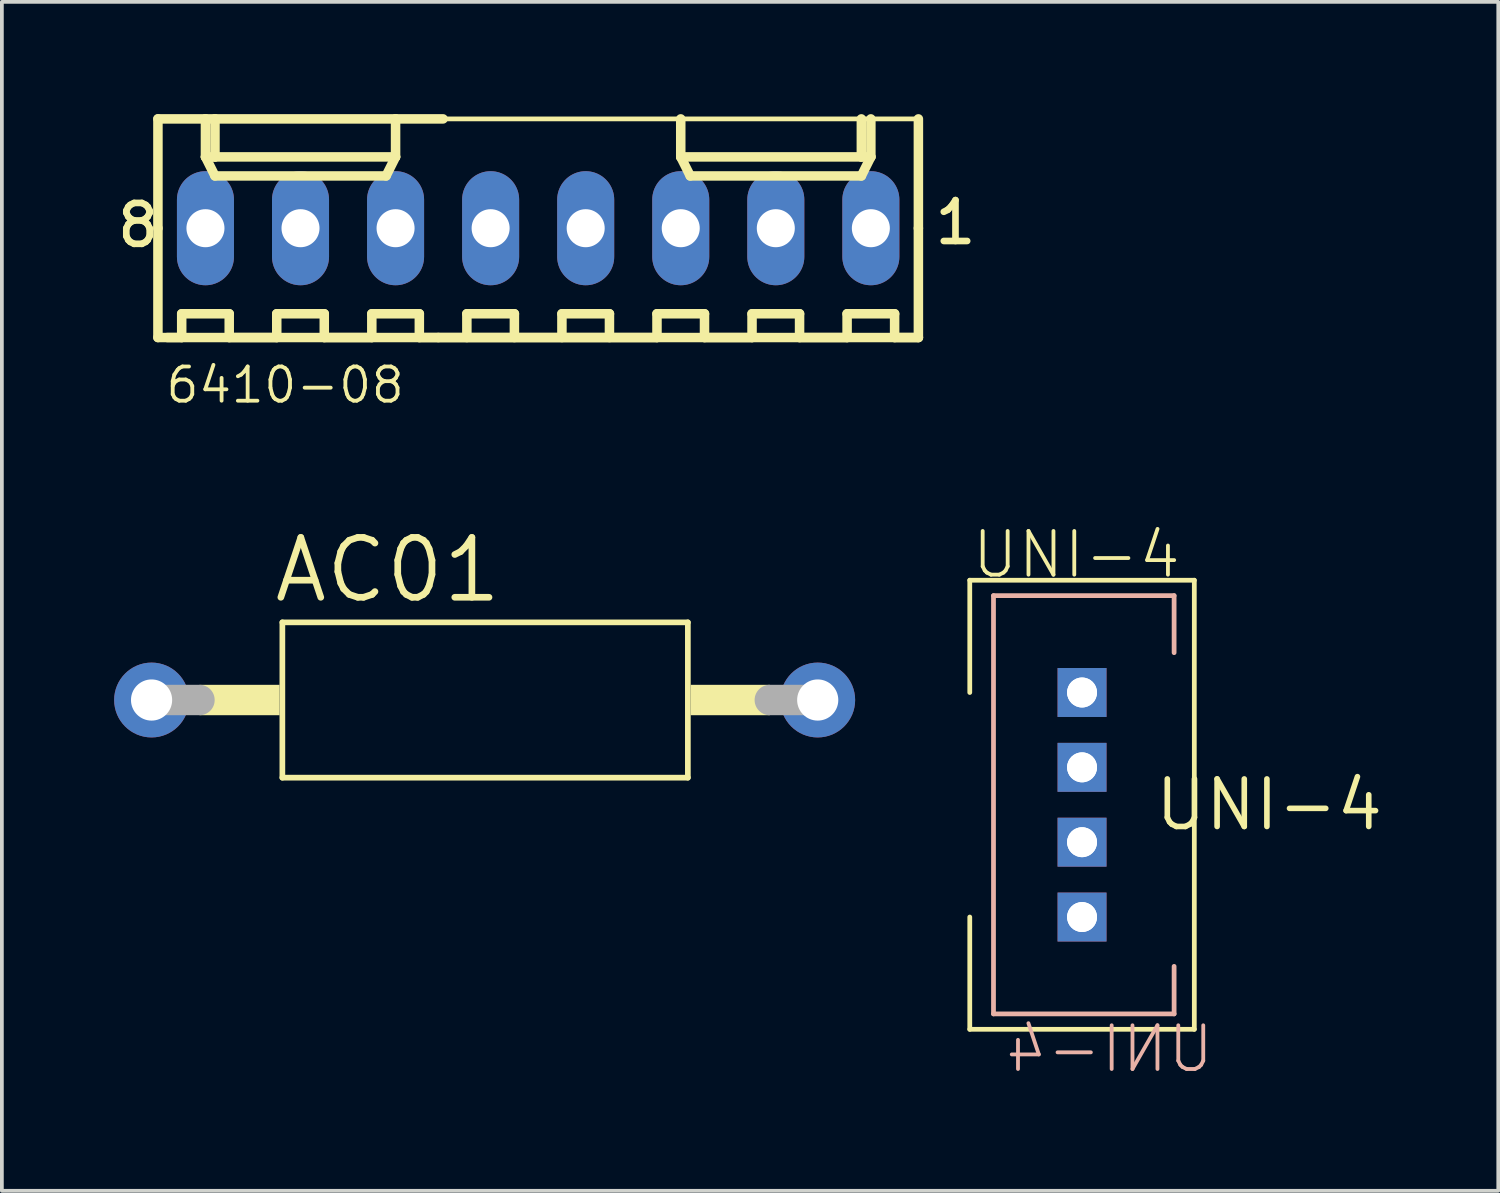
<source format=kicad_pcb>
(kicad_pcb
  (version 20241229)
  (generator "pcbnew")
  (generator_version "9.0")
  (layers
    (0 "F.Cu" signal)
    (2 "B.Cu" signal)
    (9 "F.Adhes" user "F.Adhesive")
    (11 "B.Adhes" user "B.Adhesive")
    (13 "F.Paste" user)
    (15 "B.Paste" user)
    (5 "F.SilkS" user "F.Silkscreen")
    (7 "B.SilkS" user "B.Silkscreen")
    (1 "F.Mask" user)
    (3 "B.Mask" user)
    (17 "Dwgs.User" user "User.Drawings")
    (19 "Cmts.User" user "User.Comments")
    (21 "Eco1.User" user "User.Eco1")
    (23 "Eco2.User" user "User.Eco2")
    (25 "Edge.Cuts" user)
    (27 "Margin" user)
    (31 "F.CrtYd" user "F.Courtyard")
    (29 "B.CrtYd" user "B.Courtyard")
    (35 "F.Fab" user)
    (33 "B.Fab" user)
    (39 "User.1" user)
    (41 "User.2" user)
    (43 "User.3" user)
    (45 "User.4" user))
  (footprint "AC01"
    (layer "F.Cu")
    (at 9.9 15.655)
    (property "Reference" "AC01" (at -5.715 -2.54 0) (layer "F.SilkS") (effects (font (size 1.6 1.6) (thickness 0.178)) (justify left bottom)))
    (fp_line (start -5.405 -2.075) (end -5.405 2.075) (stroke (width 0.152) (type solid)) (layer "F.SilkS"))
    (fp_line (start -5.405 2.075) (end 5.43 2.075) (stroke (width 0.152) (type solid)) (layer "F.SilkS"))
    (fp_line (start 5.43 -2.075) (end -5.405 -2.075) (stroke (width 0.152) (type solid)) (layer "F.SilkS"))
    (fp_line (start 5.43 2.075) (end 5.43 -2.075) (stroke (width 0.152) (type solid)) (layer "F.SilkS"))
    (fp_poly (pts (xy -7.62 0.406) (xy -5.48 0.406) (xy -5.48 -0.406) (xy -7.62 -0.406)) (stroke (width 0) (type default)) (fill yes) (layer "F.SilkS"))
    (fp_poly (pts (xy 5.505 0.406) (xy 7.62 0.406) (xy 7.62 -0.406) (xy 5.505 -0.406)) (stroke (width 0) (type default)) (fill yes) (layer "F.SilkS"))
    (fp_line (start -8.9 0) (end -7.62 0) (stroke (width 0.813) (type solid)) (layer "F.Fab"))
    (fp_line (start 7.62 0) (end 8.9 0) (stroke (width 0.813) (type solid)) (layer "F.Fab"))
    (pad "1" thru_hole circle (at -8.9 0) (size 2 2) (drill 1.1) (layers "*.Cu" "*.Mask"))
    (pad "2" thru_hole circle (at 8.9 0) (size 2 2) (drill 1.1) (layers "*.Cu" "*.Mask")))
  (footprint "6410-08"
    (layer "F.Cu")
    (at 11.33 3.048)
    (property "Reference" "6410-08" (at -10.006 4.726 0) (layer "F.SilkS") (effects (font (size 0.914 0.914) (thickness 0.102)) (justify left bottom)))
    (fp_line (start -10.16 -2.921) (end -8.89 -2.921) (stroke (width 0.254) (type solid)) (layer "F.SilkS"))
    (fp_line (start -10.16 0) (end -10.16 -2.921) (stroke (width 0.254) (type solid)) (layer "F.SilkS"))
    (fp_line (start -10.16 0) (end -10.16 2.921) (stroke (width 0.254) (type solid)) (layer "F.SilkS"))
    (fp_line (start -10.16 2.921) (end -2.667 2.921) (stroke (width 0.254) (type solid)) (layer "F.SilkS"))
    (fp_line (start -9.906 2.921) (end -9.525 2.921) (stroke (width 0.254) (type solid)) (layer "F.SilkS"))
    (fp_line (start -9.525 2.286) (end -8.255 2.286) (stroke (width 0.254) (type solid)) (layer "F.SilkS"))
    (fp_line (start -9.525 2.921) (end -9.525 2.286) (stroke (width 0.254) (type solid)) (layer "F.SilkS"))
    (fp_line (start -8.89 -2.921) (end -8.636 -2.921) (stroke (width 0.254) (type solid)) (layer "F.SilkS"))
    (fp_line (start -8.89 -2.54) (end -8.89 -2.921) (stroke (width 0.127) (type solid)) (layer "F.SilkS"))
    (fp_line (start -8.89 -1.905) (end -8.89 -2.921) (stroke (width 0.254) (type solid)) (layer "F.SilkS"))
    (fp_line (start -8.89 -1.905) (end -8.636 -1.905) (stroke (width 0.254) (type solid)) (layer "F.SilkS"))
    (fp_line (start -8.89 -1.905) (end -8.636 -1.397) (stroke (width 0.254) (type solid)) (layer "F.SilkS"))
    (fp_line (start -8.636 -2.921) (end -8.636 -1.905) (stroke (width 0.254) (type solid)) (layer "F.SilkS"))
    (fp_line (start -8.636 -2.921) (end -3.81 -2.921) (stroke (width 0.254) (type solid)) (layer "F.SilkS"))
    (fp_line (start -8.636 -1.905) (end -3.81 -1.905) (stroke (width 0.254) (type solid)) (layer "F.SilkS"))
    (fp_line (start -8.636 -1.397) (end -4.064 -1.397) (stroke (width 0.254) (type solid)) (layer "F.SilkS"))
    (fp_line (start -8.255 2.286) (end -8.255 2.921) (stroke (width 0.254) (type solid)) (layer "F.SilkS"))
    (fp_line (start -8.255 2.921) (end -6.985 2.921) (stroke (width 0.254) (type solid)) (layer "F.SilkS"))
    (fp_line (start -6.985 2.286) (end -5.715 2.286) (stroke (width 0.254) (type solid)) (layer "F.SilkS"))
    (fp_line (start -6.985 2.921) (end -6.985 2.286) (stroke (width 0.254) (type solid)) (layer "F.SilkS"))
    (fp_line (start -5.715 2.286) (end -5.715 2.921) (stroke (width 0.254) (type solid)) (layer "F.SilkS"))
    (fp_line (start -5.715 2.921) (end -4.445 2.921) (stroke (width 0.254) (type solid)) (layer "F.SilkS"))
    (fp_line (start -4.445 2.286) (end -3.175 2.286) (stroke (width 0.254) (type solid)) (layer "F.SilkS"))
    (fp_line (start -4.445 2.921) (end -4.445 2.286) (stroke (width 0.254) (type solid)) (layer "F.SilkS"))
    (fp_line (start -4.064 -1.397) (end -3.81 -1.905) (stroke (width 0.254) (type solid)) (layer "F.SilkS"))
    (fp_line (start -3.81 -2.921) (end -2.54 -2.921) (stroke (width 0.254) (type solid)) (layer "F.SilkS"))
    (fp_line (start -3.81 -1.905) (end -3.81 -2.921) (stroke (width 0.254) (type solid)) (layer "F.SilkS"))
    (fp_line (start -3.175 2.286) (end -3.175 2.921) (stroke (width 0.254) (type solid)) (layer "F.SilkS"))
    (fp_line (start -3.175 2.921) (end 3.175 2.921) (stroke (width 0.254) (type solid)) (layer "F.SilkS"))
    (fp_line (start -1.905 2.286) (end -0.635 2.286) (stroke (width 0.254) (type solid)) (layer "F.SilkS"))
    (fp_line (start -1.905 2.921) (end -1.905 2.286) (stroke (width 0.254) (type solid)) (layer "F.SilkS"))
    (fp_line (start -0.635 2.286) (end -0.635 2.921) (stroke (width 0.254) (type solid)) (layer "F.SilkS"))
    (fp_line (start 0.635 2.286) (end 1.905 2.286) (stroke (width 0.254) (type solid)) (layer "F.SilkS"))
    (fp_line (start 0.635 2.921) (end 0.635 2.286) (stroke (width 0.254) (type solid)) (layer "F.SilkS"))
    (fp_line (start 1.905 2.286) (end 1.905 2.921) (stroke (width 0.254) (type solid)) (layer "F.SilkS"))
    (fp_line (start 3.175 2.286) (end 4.445 2.286) (stroke (width 0.254) (type solid)) (layer "F.SilkS"))
    (fp_line (start 3.175 2.921) (end 3.175 2.286) (stroke (width 0.254) (type solid)) (layer "F.SilkS"))
    (fp_line (start 3.81 -1.905) (end 3.81 -2.921) (stroke (width 0.254) (type solid)) (layer "F.SilkS"))
    (fp_line (start 3.81 -1.905) (end 4.064 -1.397) (stroke (width 0.254) (type solid)) (layer "F.SilkS"))
    (fp_line (start 3.81 -1.905) (end 8.636 -1.905) (stroke (width 0.254) (type solid)) (layer "F.SilkS"))
    (fp_line (start 4.064 -1.397) (end 8.636 -1.397) (stroke (width 0.254) (type solid)) (layer "F.SilkS"))
    (fp_line (start 4.445 2.286) (end 4.445 2.921) (stroke (width 0.254) (type solid)) (layer "F.SilkS"))
    (fp_line (start 4.445 2.921) (end 5.715 2.921) (stroke (width 0.254) (type solid)) (layer "F.SilkS"))
    (fp_line (start 5.715 2.286) (end 6.985 2.286) (stroke (width 0.254) (type solid)) (layer "F.SilkS"))
    (fp_line (start 5.715 2.921) (end 5.715 2.286) (stroke (width 0.254) (type solid)) (layer "F.SilkS"))
    (fp_line (start 6.985 2.286) (end 6.985 2.921) (stroke (width 0.254) (type solid)) (layer "F.SilkS"))
    (fp_line (start 6.985 2.921) (end 8.255 2.921) (stroke (width 0.254) (type solid)) (layer "F.SilkS"))
    (fp_line (start 8.255 2.286) (end 9.525 2.286) (stroke (width 0.254) (type solid)) (layer "F.SilkS"))
    (fp_line (start 8.255 2.921) (end 8.255 2.286) (stroke (width 0.254) (type solid)) (layer "F.SilkS"))
    (fp_line (start 8.636 -2.921) (end 8.636 -1.905) (stroke (width 0.254) (type solid)) (layer "F.SilkS"))
    (fp_line (start 8.636 -1.905) (end 8.89 -1.905) (stroke (width 0.254) (type solid)) (layer "F.SilkS"))
    (fp_line (start 8.636 -1.397) (end 8.89 -1.905) (stroke (width 0.254) (type solid)) (layer "F.SilkS"))
    (fp_line (start 8.89 -1.905) (end 8.89 -2.921) (stroke (width 0.254) (type solid)) (layer "F.SilkS"))
    (fp_line (start 9.525 2.286) (end 9.525 2.921) (stroke (width 0.254) (type solid)) (layer "F.SilkS"))
    (fp_line (start 9.525 2.921) (end 10.16 2.921) (stroke (width 0.254) (type solid)) (layer "F.SilkS"))
    (fp_line (start 10.16 -2.921) (end -2.54 -2.921) (stroke (width 0.127) (type solid)) (layer "F.SilkS"))
    (fp_line (start 10.16 0) (end 10.16 -2.921) (stroke (width 0.254) (type solid)) (layer "F.SilkS"))
    (fp_line (start 10.16 0) (end 10.16 2.921) (stroke (width 0.254) (type solid)) (layer "F.SilkS"))
    (fp_line (start 10.16 2.921) (end -2.667 2.921) (stroke (width 0.254) (type solid)) (layer "F.SilkS"))
    (fp_poly (pts (xy -9.144 0.254) (xy -8.636 0.254) (xy -8.636 -0.254) (xy -9.144 -0.254)) (stroke (width 0.1) (type default)) (fill no) (layer "F.Fab"))
    (fp_poly (pts (xy -6.604 0.254) (xy -6.096 0.254) (xy -6.096 -0.254) (xy -6.604 -0.254)) (stroke (width 0.1) (type default)) (fill no) (layer "F.Fab"))
    (fp_poly (pts (xy -4.064 0.254) (xy -3.556 0.254) (xy -3.556 -0.254) (xy -4.064 -0.254)) (stroke (width 0.1) (type default)) (fill no) (layer "F.Fab"))
    (fp_poly (pts (xy -1.524 0.254) (xy -1.016 0.254) (xy -1.016 -0.254) (xy -1.524 -0.254)) (stroke (width 0.1) (type default)) (fill no) (layer "F.Fab"))
    (fp_poly (pts (xy 1.016 0.254) (xy 1.524 0.254) (xy 1.524 -0.254) (xy 1.016 -0.254)) (stroke (width 0.1) (type default)) (fill no) (layer "F.Fab"))
    (fp_poly (pts (xy 3.556 0.254) (xy 4.064 0.254) (xy 4.064 -0.254) (xy 3.556 -0.254)) (stroke (width 0.1) (type default)) (fill no) (layer "F.Fab"))
    (fp_poly (pts (xy 6.096 0.254) (xy 6.604 0.254) (xy 6.604 -0.254) (xy 6.096 -0.254)) (stroke (width 0.1) (type default)) (fill no) (layer "F.Fab"))
    (fp_poly (pts (xy 8.636 0.254) (xy 9.144 0.254) (xy 9.144 -0.254) (xy 8.636 -0.254)) (stroke (width 0.1) (type default)) (fill no) (layer "F.Fab"))
    (fp_text user "1" (at 10.514 0.484 0) (layer "F.SilkS") (effects (font (size 1.092 1.092) (thickness 0.178)) (justify left bottom)))
    (fp_text user "8" (at -11.33 0.56 0) (layer "F.SilkS") (effects (font (size 1.092 1.092) (thickness 0.178)) (justify left bottom)))
    (pad "1" thru_hole oval (at 8.89 0 90) (size 3.048 1.524) (drill 1.016) (layers "*.Cu" "*.Mask"))
    (pad "2" thru_hole oval (at 6.35 0 90) (size 3.048 1.524) (drill 1.016) (layers "*.Cu" "*.Mask"))
    (pad "3" thru_hole oval (at 3.81 0 90) (size 3.048 1.524) (drill 1.016) (layers "*.Cu" "*.Mask"))
    (pad "4" thru_hole oval (at 1.27 0 90) (size 3.048 1.524) (drill 1.016) (layers "*.Cu" "*.Mask"))
    (pad "5" thru_hole oval (at -1.27 0 90) (size 3.048 1.524) (drill 1.016) (layers "*.Cu" "*.Mask"))
    (pad "6" thru_hole oval (at -3.81 0 90) (size 3.048 1.524) (drill 1.016) (layers "*.Cu" "*.Mask"))
    (pad "7" thru_hole oval (at -6.35 0 90) (size 3.048 1.524) (drill 1.016) (layers "*.Cu" "*.Mask"))
    (pad "8" thru_hole oval (at -8.89 0 90) (size 3.048 1.524) (drill 1.016) (layers "*.Cu" "*.Mask")))
  (footprint "UNI-4"
    (layer "F.Cu")
    (at 30.863 18.454)
    (property "Reference" "UNI-4" (at 0 0 0) (layer "F.SilkS") (effects (font (size 1.27 1.27) (thickness 0.15))))
    (fp_line (start -8 -6) (end -8 -3) (stroke (width 0.127) (type solid)) (layer "F.SilkS"))
    (fp_line (start -8 3) (end -8 6) (stroke (width 0.127) (type solid)) (layer "F.SilkS"))
    (fp_line (start -8 6) (end -2 6) (stroke (width 0.127) (type solid)) (layer "F.SilkS"))
    (fp_line (start -2 -6) (end -8 -6) (stroke (width 0.127) (type solid)) (layer "F.SilkS"))
    (fp_line (start -2 6) (end -2 -6) (stroke (width 0.127) (type solid)) (layer "F.SilkS"))
    (fp_line (start -7.366 -5.588) (end -7.366 5.588) (stroke (width 0.127) (type solid)) (layer "B.SilkS"))
    (fp_line (start -7.366 -5.588) (end -2.54 -5.588) (stroke (width 0.127) (type solid)) (layer "B.SilkS"))
    (fp_line (start -7.366 5.588) (end -2.54 5.588) (stroke (width 0.127) (type solid)) (layer "B.SilkS"))
    (fp_line (start -2.54 -5.588) (end -2.54 -4.064) (stroke (width 0.127) (type solid)) (layer "B.SilkS"))
    (fp_line (start -2.54 5.588) (end -2.54 4.318) (stroke (width 0.127) (type solid)) (layer "B.SilkS"))
    (fp_text user "UNI-4" (at -8 -6 0) (layer "F.SilkS") (effects (font (size 1.168 1.168) (thickness 0.102)) (justify left bottom)))
    (fp_text user "UNI-4" (at -7.112 5.842 0) (layer "B.SilkS") (effects (font (size 1.168 1.168) (thickness 0.102)) (justify right top mirror)))
    (pad "" np_thru_hole circle (at -5 -3) (size 0.8 0.8) (drill 0.8) (layers "*.Cu" "*.Mask"))
    (pad "" np_thru_hole circle (at -5 -1) (size 0.8 0.8) (drill 0.8) (layers "*.Cu" "*.Mask"))
    (pad "" np_thru_hole circle (at -5 1) (size 0.8 0.8) (drill 0.8) (layers "*.Cu" "*.Mask"))
    (pad "" np_thru_hole circle (at -5 3) (size 0.8 0.8) (drill 0.8) (layers "*.Cu" "*.Mask"))
    (pad "GND" thru_hole rect (at -5 3) (size 1.308 1.308) (drill 0.8) (layers "*.Cu" "*.Mask"))
    (pad "OW" thru_hole rect (at -5 -1) (size 1.308 1.308) (drill 0.8) (layers "*.Cu" "*.Mask"))
    (pad "OY" thru_hole rect (at -5 -3) (size 1.308 1.308) (drill 0.8) (layers "*.Cu" "*.Mask"))
    (pad "VCC" thru_hole rect (at -5 1) (size 1.308 1.308) (drill 0.8) (layers "*.Cu" "*.Mask")))
  (gr_rect
    (start -3 -3)
    (end 36.985 28.77)
    (stroke (width 0.1) (type default))
    (fill no)
    (layer "Edge.Cuts")))
</source>
